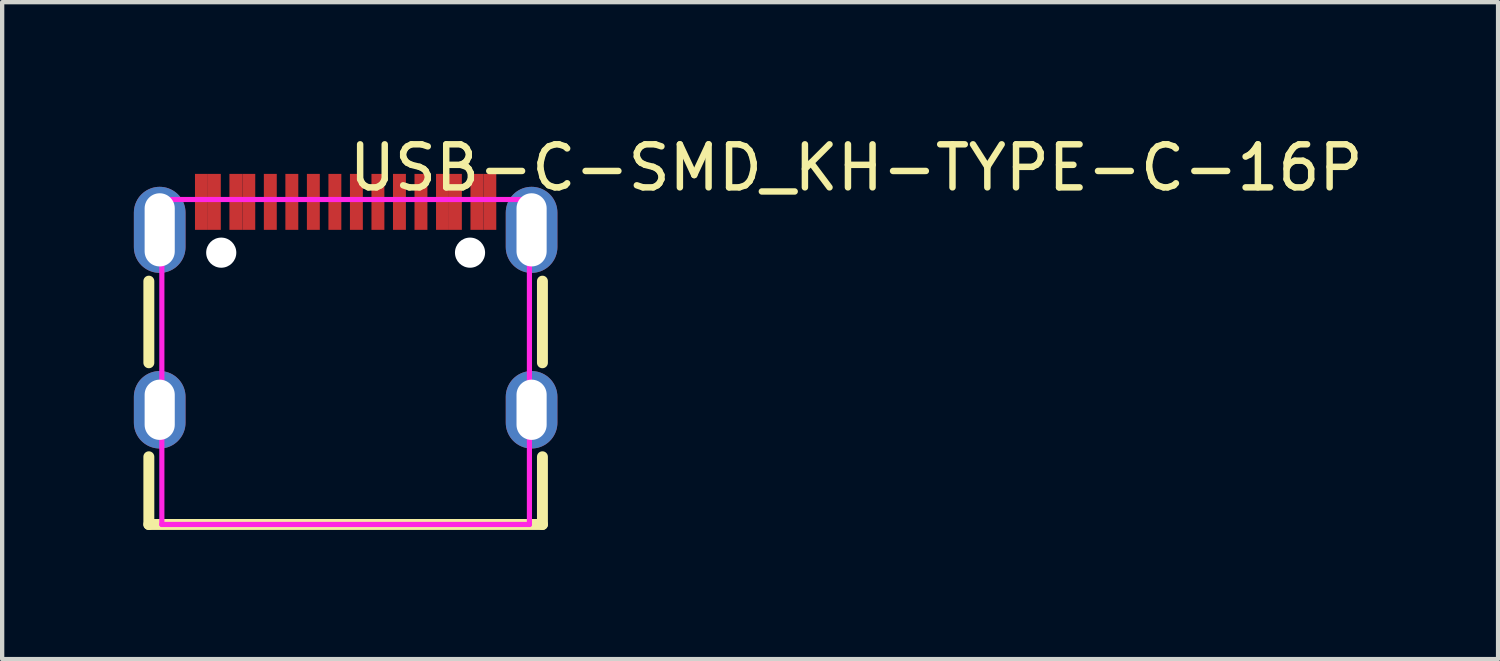
<source format=kicad_pcb>
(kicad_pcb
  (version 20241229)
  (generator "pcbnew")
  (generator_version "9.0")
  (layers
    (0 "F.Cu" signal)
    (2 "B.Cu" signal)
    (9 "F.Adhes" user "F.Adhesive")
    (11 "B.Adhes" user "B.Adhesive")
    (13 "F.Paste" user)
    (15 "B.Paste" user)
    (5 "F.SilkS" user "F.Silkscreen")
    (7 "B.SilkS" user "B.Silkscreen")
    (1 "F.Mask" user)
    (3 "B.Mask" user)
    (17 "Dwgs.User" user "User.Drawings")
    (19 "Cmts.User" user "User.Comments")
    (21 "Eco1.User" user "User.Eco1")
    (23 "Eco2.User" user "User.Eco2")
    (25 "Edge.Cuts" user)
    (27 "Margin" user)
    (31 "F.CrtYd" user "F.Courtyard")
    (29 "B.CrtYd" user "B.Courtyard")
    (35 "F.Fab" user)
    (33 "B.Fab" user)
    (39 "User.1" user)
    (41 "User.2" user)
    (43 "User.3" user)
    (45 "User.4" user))
  (footprint "USB-C-SMD_KH-TYPE-C-16P"
    (layer "F.Cu")
    (at 4.98 4.055)
    (property "Reference" "USB-C-SMD_KH-TYPE-C-16P" (at 0 -3.207 0) (layer "F.SilkS") (effects (font (size 1 1) (thickness 0.15)) (justify left)))
    (attr through_hole)
    (fp_line (start -4.572 -0.573) (end -4.572 1.323) (stroke (width 0.254) (type solid)) (layer "F.SilkS"))
    (fp_line (start -4.572 3.507) (end -4.572 5.08) (stroke (width 0.254) (type solid)) (layer "F.SilkS"))
    (fp_line (start -4.572 5.08) (end 4.572 5.08) (stroke (width 0.254) (type solid)) (layer "F.SilkS"))
    (fp_line (start 4.572 1.323) (end 4.572 -0.573) (stroke (width 0.254) (type solid)) (layer "F.SilkS"))
    (fp_line (start 4.572 5.08) (end 4.572 3.507) (stroke (width 0.254) (type solid)) (layer "F.SilkS"))
    (fp_poly (pts (xy -3.45 -3.01) (xy -2.95 -3.01) (xy -2.95 -1.82) (xy -3.45 -1.82)) (stroke (width 0.12) (type solid)) (fill yes) (layer "F.Paste"))
    (fp_poly (pts (xy -2.65 -3.01) (xy -2.15 -3.01) (xy -2.15 -1.82) (xy -2.65 -1.82)) (stroke (width 0.12) (type solid)) (fill yes) (layer "F.Paste"))
    (fp_poly (pts (xy -1.9 -3.06) (xy -1.6 -3.06) (xy -1.6 -1.77) (xy -1.9 -1.77)) (stroke (width 0.12) (type solid)) (fill yes) (layer "F.Paste"))
    (fp_poly (pts (xy -1.43 -3.025) (xy -1.13 -3.025) (xy -1.13 -1.735) (xy -1.43 -1.735)) (stroke (width 0.12) (type solid)) (fill yes) (layer "F.Paste"))
    (fp_poly (pts (xy -0.9 -3.06) (xy -0.6 -3.06) (xy -0.6 -1.77) (xy -0.9 -1.77)) (stroke (width 0.12) (type solid)) (fill yes) (layer "F.Paste"))
    (fp_poly (pts (xy -0.4 -3.06) (xy -0.1 -3.06) (xy -0.1 -1.77) (xy -0.4 -1.77)) (stroke (width 0.12) (type solid)) (fill yes) (layer "F.Paste"))
    (fp_poly (pts (xy 0.1 -3.06) (xy 0.4 -3.06) (xy 0.4 -1.77) (xy 0.1 -1.77)) (stroke (width 0.12) (type solid)) (fill yes) (layer "F.Paste"))
    (fp_poly (pts (xy 0.6 -3.06) (xy 0.9 -3.06) (xy 0.9 -1.77) (xy 0.6 -1.77)) (stroke (width 0.12) (type solid)) (fill yes) (layer "F.Paste"))
    (fp_poly (pts (xy 1.1 -3.06) (xy 1.4 -3.06) (xy 1.4 -1.77) (xy 1.1 -1.77)) (stroke (width 0.12) (type solid)) (fill yes) (layer "F.Paste"))
    (fp_poly (pts (xy 1.6 -3.06) (xy 1.9 -3.06) (xy 1.9 -1.77) (xy 1.6 -1.77)) (stroke (width 0.12) (type solid)) (fill yes) (layer "F.Paste"))
    (fp_poly (pts (xy 2.15 -3.01) (xy 2.65 -3.01) (xy 2.65 -1.82) (xy 2.15 -1.82)) (stroke (width 0.12) (type solid)) (fill yes) (layer "F.Paste"))
    (fp_poly (pts (xy 2.95 -3.01) (xy 3.45 -3.01) (xy 3.45 -1.82) (xy 2.95 -1.82)) (stroke (width 0.12) (type solid)) (fill yes) (layer "F.Paste"))
    (fp_poly (pts (xy -4.92 -2.165) (xy -4.908 -2.282) (xy -4.874 -2.395) (xy -4.819 -2.498) (xy -4.744 -2.589) (xy -4.653 -2.664) (xy -4.549 -2.719) (xy -4.437 -2.753) (xy -4.32 -2.765) (xy -4.203 -2.753) (xy -4.09 -2.719) (xy -3.986 -2.664) (xy -3.895 -2.589) (xy -3.821 -2.498) (xy -3.765 -2.395) (xy -3.731 -2.282) (xy -3.72 -2.165) (xy -3.72 -1.365) (xy -3.731 -1.248) (xy -3.765 -1.135) (xy -3.821 -1.032) (xy -3.895 -0.941) (xy -3.986 -0.866) (xy -4.09 -0.811) (xy -4.203 -0.776) (xy -4.32 -0.765) (xy -4.437 -0.776) (xy -4.549 -0.811) (xy -4.653 -0.866) (xy -4.744 -0.941) (xy -4.819 -1.032) (xy -4.874 -1.135) (xy -4.908 -1.248) (xy -4.92 -1.365)) (stroke (width 0.12) (type solid)) (fill yes) (layer "F.Paste"))
    (fp_poly (pts (xy -4.92 2.115) (xy -4.908 1.998) (xy -4.874 1.886) (xy -4.819 1.782) (xy -4.744 1.691) (xy -4.653 1.616) (xy -4.549 1.561) (xy -4.437 1.527) (xy -4.32 1.515) (xy -4.203 1.527) (xy -4.09 1.561) (xy -3.986 1.616) (xy -3.895 1.691) (xy -3.821 1.782) (xy -3.765 1.886) (xy -3.731 1.998) (xy -3.72 2.115) (xy -3.72 2.715) (xy -3.731 2.832) (xy -3.765 2.945) (xy -3.821 3.049) (xy -3.895 3.139) (xy -3.986 3.214) (xy -4.09 3.27) (xy -4.203 3.304) (xy -4.32 3.315) (xy -4.437 3.304) (xy -4.549 3.27) (xy -4.653 3.214) (xy -4.744 3.139) (xy -4.819 3.049) (xy -4.874 2.945) (xy -4.908 2.832) (xy -4.92 2.715)) (stroke (width 0.12) (type solid)) (fill yes) (layer "F.Paste"))
    (fp_poly (pts (xy 3.72 -2.165) (xy 3.733 -2.282) (xy 3.769 -2.394) (xy 3.825 -2.497) (xy 3.901 -2.587) (xy 3.993 -2.661) (xy 4.097 -2.715) (xy 4.21 -2.748) (xy 4.327 -2.758) (xy 4.444 -2.745) (xy 4.556 -2.71) (xy 4.659 -2.653) (xy 4.749 -2.578) (xy 4.823 -2.486) (xy 4.877 -2.382) (xy 4.91 -2.269) (xy 4.92 -2.165) (xy 4.92 -1.365) (xy 4.908 -1.248) (xy 4.872 -1.136) (xy 4.815 -1.033) (xy 4.74 -0.943) (xy 4.648 -0.869) (xy 4.544 -0.815) (xy 4.431 -0.782) (xy 4.314 -0.772) (xy 4.197 -0.785) (xy 4.085 -0.82) (xy 3.981 -0.877) (xy 3.891 -0.952) (xy 3.818 -1.044) (xy 3.764 -1.148) (xy 3.731 -1.261) (xy 3.72 -1.365)) (stroke (width 0.12) (type solid)) (fill yes) (layer "F.Paste"))
    (fp_poly (pts (xy 3.72 2.115) (xy 3.733 1.998) (xy 3.769 1.886) (xy 3.825 1.783) (xy 3.901 1.693) (xy 3.993 1.619) (xy 4.097 1.565) (xy 4.21 1.532) (xy 4.327 1.522) (xy 4.444 1.535) (xy 4.556 1.57) (xy 4.659 1.627) (xy 4.749 1.703) (xy 4.823 1.794) (xy 4.877 1.899) (xy 4.91 2.012) (xy 4.92 2.115) (xy 4.92 2.715) (xy 4.908 2.832) (xy 4.872 2.944) (xy 4.815 3.047) (xy 4.74 3.137) (xy 4.648 3.211) (xy 4.544 3.265) (xy 4.431 3.298) (xy 4.314 3.308) (xy 4.197 3.296) (xy 4.085 3.26) (xy 3.981 3.204) (xy 3.891 3.128) (xy 3.818 3.036) (xy 3.764 2.932) (xy 3.731 2.819) (xy 3.72 2.715)) (stroke (width 0.12) (type solid)) (fill yes) (layer "F.Paste"))
    (fp_circle (center -4.74 -3.005) (end -4.68 -3.005) (stroke (width 0.12) (type solid)) (fill no) (layer "Eco2.User"))
    (fp_circle (center -2.89 -1.235) (end -2.715 -1.235) (stroke (width 0.35) (type solid)) (fill no) (layer "Eco2.User"))
    (fp_circle (center -2.89 -1.235) (end -2.54 -1.235) (stroke (width 0.127) (type solid)) (fill no) (layer "Eco2.User"))
    (fp_circle (center 2.89 -1.235) (end 3.065 -1.235) (stroke (width 0.35) (type solid)) (fill no) (layer "Eco2.User"))
    (fp_circle (center 2.89 -1.235) (end 3.24 -1.235) (stroke (width 0.127) (type solid)) (fill no) (layer "Eco2.User"))
    (fp_poly (pts (xy -4.47 -2.315) (xy -4.17 -2.315) (xy -4.17 -1.215) (xy -4.47 -1.215)) (stroke (width 0.12) (type solid)) (fill no) (layer "Eco2.User"))
    (fp_poly (pts (xy -4.47 2.015) (xy -4.17 2.015) (xy -4.17 2.815) (xy -4.47 2.815)) (stroke (width 0.12) (type solid)) (fill no) (layer "Eco2.User"))
    (fp_poly (pts (xy -3.5 -3.065) (xy -3.2 -3.065) (xy -3.2 -1.765) (xy -3.5 -1.765)) (stroke (width 0.12) (type solid)) (fill no) (layer "Eco2.User"))
    (fp_poly (pts (xy -3.2 -3.065) (xy -2.9 -3.065) (xy -2.9 -1.765) (xy -3.2 -1.765)) (stroke (width 0.12) (type solid)) (fill no) (layer "Eco2.User"))
    (fp_poly (pts (xy -2.7 -3.065) (xy -2.4 -3.065) (xy -2.4 -1.765) (xy -2.7 -1.765)) (stroke (width 0.12) (type solid)) (fill no) (layer "Eco2.User"))
    (fp_poly (pts (xy -2.4 -3.065) (xy -2.1 -3.065) (xy -2.1 -1.765) (xy -2.4 -1.765)) (stroke (width 0.12) (type solid)) (fill no) (layer "Eco2.User"))
    (fp_poly (pts (xy -1.9 -3.065) (xy -1.6 -3.065) (xy -1.6 -1.765) (xy -1.9 -1.765)) (stroke (width 0.12) (type solid)) (fill no) (layer "Eco2.User"))
    (fp_poly (pts (xy -1.4 -3.065) (xy -1.1 -3.065) (xy -1.1 -1.765) (xy -1.4 -1.765)) (stroke (width 0.12) (type solid)) (fill no) (layer "Eco2.User"))
    (fp_poly (pts (xy -0.9 -3.065) (xy -0.6 -3.065) (xy -0.6 -1.765) (xy -0.9 -1.765)) (stroke (width 0.12) (type solid)) (fill no) (layer "Eco2.User"))
    (fp_poly (pts (xy -0.4 -3.065) (xy -0.1 -3.065) (xy -0.1 -1.765) (xy -0.4 -1.765)) (stroke (width 0.12) (type solid)) (fill no) (layer "Eco2.User"))
    (fp_poly (pts (xy 0.1 -3.065) (xy 0.4 -3.065) (xy 0.4 -1.765) (xy 0.1 -1.765)) (stroke (width 0.12) (type solid)) (fill no) (layer "Eco2.User"))
    (fp_poly (pts (xy 0.6 -3.065) (xy 0.9 -3.065) (xy 0.9 -1.765) (xy 0.6 -1.765)) (stroke (width 0.12) (type solid)) (fill no) (layer "Eco2.User"))
    (fp_poly (pts (xy 1.1 -3.065) (xy 1.4 -3.065) (xy 1.4 -1.765) (xy 1.1 -1.765)) (stroke (width 0.12) (type solid)) (fill no) (layer "Eco2.User"))
    (fp_poly (pts (xy 1.6 -3.065) (xy 1.9 -3.065) (xy 1.9 -1.765) (xy 1.6 -1.765)) (stroke (width 0.12) (type solid)) (fill no) (layer "Eco2.User"))
    (fp_poly (pts (xy 2.1 -3.065) (xy 2.4 -3.065) (xy 2.4 -1.765) (xy 2.1 -1.765)) (stroke (width 0.12) (type solid)) (fill no) (layer "Eco2.User"))
    (fp_poly (pts (xy 2.4 -3.065) (xy 2.7 -3.065) (xy 2.7 -1.765) (xy 2.4 -1.765)) (stroke (width 0.12) (type solid)) (fill no) (layer "Eco2.User"))
    (fp_poly (pts (xy 2.9 -3.065) (xy 3.2 -3.065) (xy 3.2 -1.765) (xy 2.9 -1.765)) (stroke (width 0.12) (type solid)) (fill no) (layer "Eco2.User"))
    (fp_poly (pts (xy 3.2 -3.065) (xy 3.5 -3.065) (xy 3.5 -1.765) (xy 3.2 -1.765)) (stroke (width 0.12) (type solid)) (fill no) (layer "Eco2.User"))
    (fp_poly (pts (xy 4.17 -2.315) (xy 4.47 -2.315) (xy 4.47 -1.215) (xy 4.17 -1.215)) (stroke (width 0.12) (type solid)) (fill no) (layer "Eco2.User"))
    (fp_poly (pts (xy 4.17 2.015) (xy 4.47 2.015) (xy 4.47 2.815) (xy 4.17 2.815)) (stroke (width 0.12) (type solid)) (fill no) (layer "Eco2.User"))
    (fp_line (start -4.27 -2.47) (end 4.27 -2.47) (stroke (width 0.12) (type solid)) (layer "F.CrtYd"))
    (fp_line (start -4.27 5.08) (end -4.27 -2.47) (stroke (width 0.12) (type solid)) (layer "F.CrtYd"))
    (fp_line (start 4.27 -2.47) (end 4.27 5.08) (stroke (width 0.12) (type solid)) (layer "F.CrtYd"))
    (fp_line (start 4.27 5.08) (end -4.27 5.08) (stroke (width 0.12) (type solid)) (layer "F.CrtYd"))
    (pad "" np_thru_hole circle (at -2.89 -1.235) (size 0.7 0.7) (drill 0.7) (layers "*.Cu" "*.Mask"))
    (pad "" np_thru_hole circle (at 2.89 -1.235) (size 0.7 0.7) (drill 0.7) (layers "*.Cu" "*.Mask"))
    (pad "1" thru_hole oval (at -4.32 -1.765) (size 1.2 2) (drill oval 0.7 1.7) (layers "*.Cu" "*.Mask"))
    (pad "2" thru_hole oval (at 4.32 -1.765) (size 1.2 2) (drill oval 0.7 1.7) (layers "*.Cu" "*.Mask"))
    (pad "3" thru_hole oval (at -4.32 2.415) (size 1.2 1.8) (drill oval 0.7 1.4) (layers "*.Cu" "*.Mask"))
    (pad "4" thru_hole oval (at 4.32 2.415) (size 1.2 1.8) (drill oval 0.7 1.4) (layers "*.Cu" "*.Mask"))
    (pad "A1" smd rect (at -3.35 -2.415) (size 0.3 1.3) (layers "F.Cu" "F.Mask" "F.Paste"))
    (pad "A4" smd rect (at -2.55 -2.415) (size 0.3 1.3) (layers "F.Cu" "F.Mask" "F.Paste"))
    (pad "A5" smd rect (at -1.25 -2.415) (size 0.3 1.3) (layers "F.Cu" "F.Mask" "F.Paste"))
    (pad "A6" smd rect (at -0.25 -2.415) (size 0.3 1.3) (layers "F.Cu" "F.Mask" "F.Paste"))
    (pad "A7" smd rect (at 0.25 -2.415) (size 0.3 1.3) (layers "F.Cu" "F.Mask" "F.Paste"))
    (pad "A8" smd rect (at 1.25 -2.415) (size 0.3 1.3) (layers "F.Cu" "F.Mask" "F.Paste"))
    (pad "A9" smd rect (at 2.55 -2.415) (size 0.3 1.3) (layers "F.Cu" "F.Mask" "F.Paste"))
    (pad "A12" smd rect (at 3.35 -2.415) (size 0.3 1.3) (layers "F.Cu" "F.Mask" "F.Paste"))
    (pad "B1" smd rect (at 3.05 -2.415) (size 0.3 1.3) (layers "F.Cu" "F.Mask" "F.Paste"))
    (pad "B4" smd rect (at 2.25 -2.415) (size 0.3 1.3) (layers "F.Cu" "F.Mask" "F.Paste"))
    (pad "B5" smd rect (at 1.75 -2.415) (size 0.3 1.3) (layers "F.Cu" "F.Mask" "F.Paste"))
    (pad "B6" smd rect (at 0.75 -2.415) (size 0.3 1.3) (layers "F.Cu" "F.Mask" "F.Paste"))
    (pad "B7" smd rect (at -0.75 -2.415) (size 0.3 1.3) (layers "F.Cu" "F.Mask" "F.Paste"))
    (pad "B8" smd rect (at -1.75 -2.415) (size 0.3 1.3) (layers "F.Cu" "F.Mask" "F.Paste"))
    (pad "B9" smd rect (at -2.25 -2.415) (size 0.3 1.3) (layers "F.Cu" "F.Mask" "F.Paste"))
    (pad "B12" smd rect (at -3.05 -2.415) (size 0.3 1.3) (layers "F.Cu" "F.Mask" "F.Paste")))
  (gr_rect
    (start -3 -3)
    (end 31.754 12.262)
    (stroke (width 0.1) (type default))
    (fill no)
    (layer "Edge.Cuts")))
</source>
